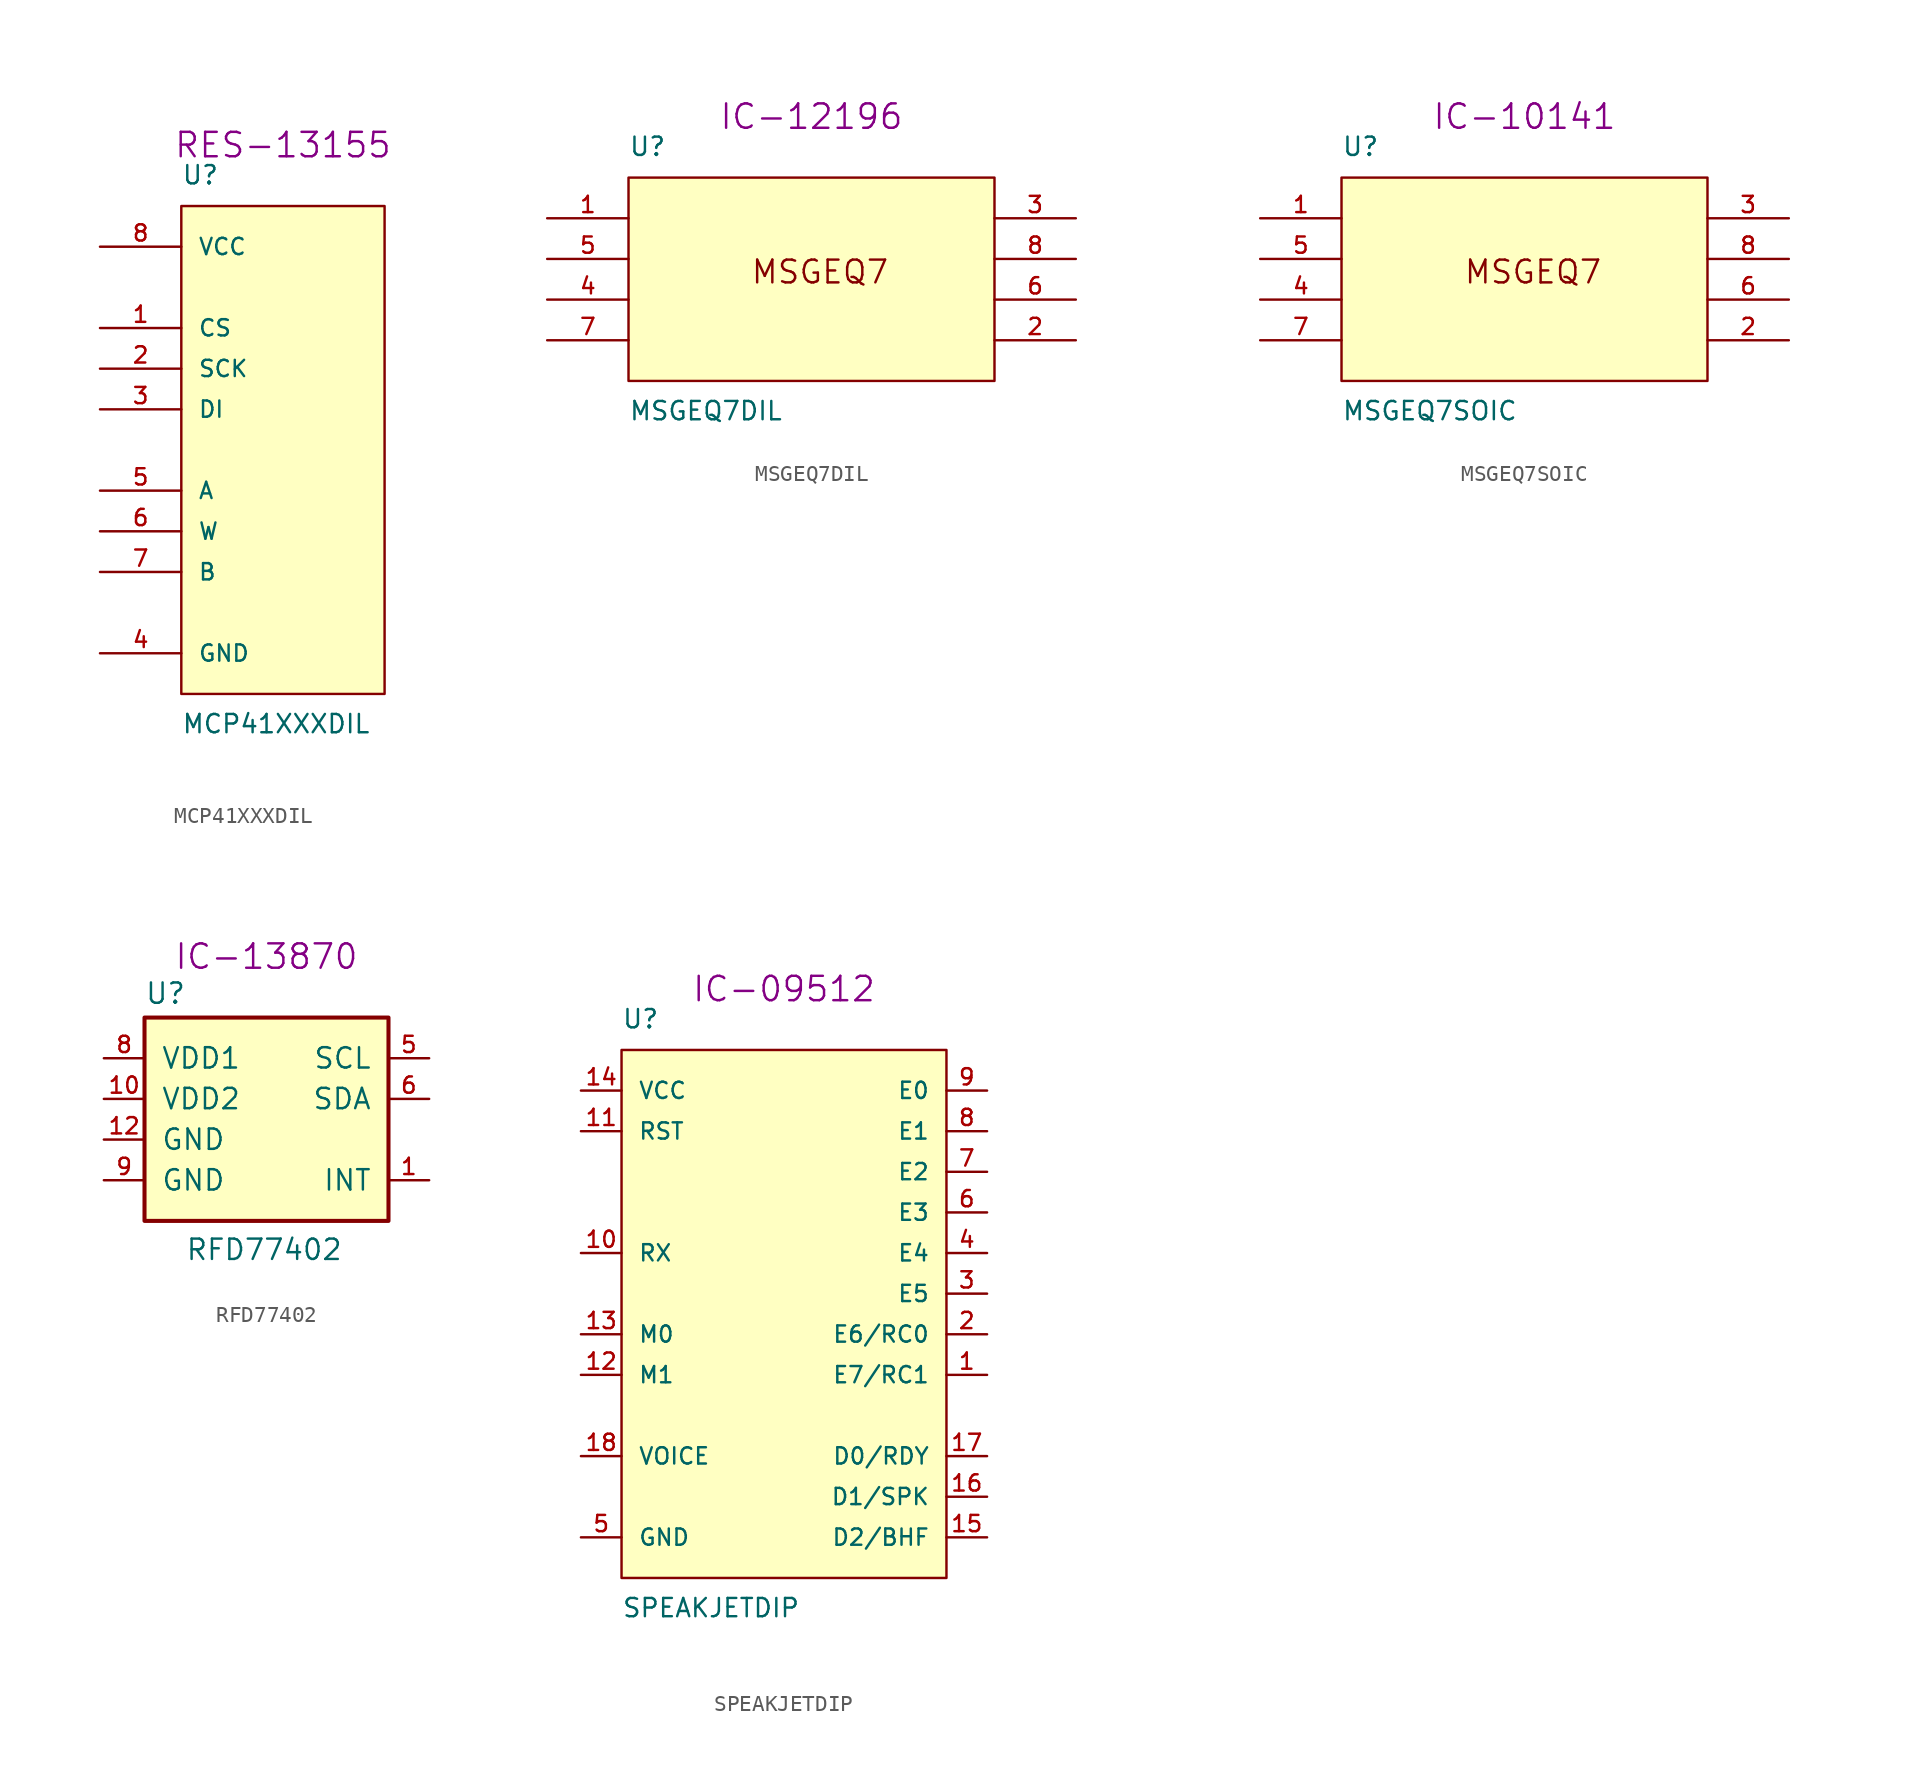
<source format=kicad_sym>
(kicad_symbol_lib
  (version 20201005)
  (generator kicad_symbol_editor)
  (symbol "MCP41XXXDIL"
    (pin_names
      (offset 1.016))
    (property "Reference" "U"
      (at -6.35 16.51 0)
      (effects (font (size 1.143 1.143)) (justify left bottom)))
    (property "Value" "MCP41XXXDIL"
      (at -6.35 -17.78 0)
      (effects (font (size 1.143 1.143)) (justify left bottom)))
    (property "Field4" "RES-13155"
      (at 0 19.05 0)
      (effects (font (size 1.524 1.524))))
    (property "ki_locked" ""
      (at 0 0 0)
      (effects (font (size 1.27 1.27))))
    (symbol "MCP41XXXDIL_1_1"
      (polyline (pts (xy -6.35 15.24) (xy -6.35 -15.24) (xy 6.35 -15.24) (xy 6.35 15.24) (xy -6.35 15.24)) (stroke (width 0)) (fill (type background)))
      (pin bidirectional line (at -11.43 7.62 0) (length 5.08) (name "CS" (effects (font (size 1.016 1.016)))) (number "1" (effects (font (size 1.016 1.016)))))
      (pin bidirectional line (at -11.43 5.08 0) (length 5.08) (name "SCK" (effects (font (size 1.016 1.016)))) (number "2" (effects (font (size 1.016 1.016)))))
      (pin bidirectional line (at -11.43 2.54 0) (length 5.08) (name "DI" (effects (font (size 1.016 1.016)))) (number "3" (effects (font (size 1.016 1.016)))))
      (pin bidirectional line (at -11.43 -12.7 0) (length 5.08) (name "GND" (effects (font (size 1.016 1.016)))) (number "4" (effects (font (size 1.016 1.016)))))
      (pin bidirectional line (at -11.43 -2.54 0) (length 5.08) (name "A" (effects (font (size 1.016 1.016)))) (number "5" (effects (font (size 1.016 1.016)))))
      (pin bidirectional line (at -11.43 -5.08 0) (length 5.08) (name "W" (effects (font (size 1.016 1.016)))) (number "6" (effects (font (size 1.016 1.016)))))
      (pin bidirectional line (at -11.43 -7.62 0) (length 5.08) (name "B" (effects (font (size 1.016 1.016)))) (number "7" (effects (font (size 1.016 1.016)))))
      (pin bidirectional line (at -11.43 12.7 0) (length 5.08) (name "VCC" (effects (font (size 1.016 1.016)))) (number "8" (effects (font (size 1.016 1.016)))))))
  (symbol "MSGEQ7DIL"
    (pin_names
      (offset 1.016) hide)
    (property "Reference" "U"
      (at -11.43 7.62 0)
      (effects (font (size 1.143 1.143)) (justify left bottom)))
    (property "Value" "MSGEQ7DIL"
      (at -11.43 -8.89 0)
      (effects (font (size 1.143 1.143)) (justify left bottom)))
    (property "Field4" "IC-12196"
      (at 0 10.16 0)
      (effects (font (size 1.524 1.524))))
    (property "ki_locked" ""
      (at 0 0 0)
      (effects (font (size 1.27 1.27))))
    (symbol "MSGEQ7DIL_1_0"
      (text "MSGEQ7" (at 0.533 0.457 0) (effects (font (size 1.422 1.422)))))
    (symbol "MSGEQ7DIL_1_1"
      (polyline (pts (xy -11.43 6.35) (xy 11.43 6.35) (xy 11.43 -6.35) (xy -11.43 -6.35) (xy -11.43 6.35)) (stroke (width 0)) (fill (type background)))
      (pin input line (at -16.51 3.81 0) (length 5.08) (name "VDD" (effects (font (size 1.016 1.016)))) (number "1" (effects (font (size 1.016 1.016)))))
      (pin bidirectional line (at 16.51 -3.81 180) (length 5.08) (name "GND" (effects (font (size 1.016 1.016)))) (number "2" (effects (font (size 1.016 1.016)))))
      (pin bidirectional line (at 16.51 3.81 180) (length 5.08) (name "DCOUT" (effects (font (size 1.016 1.016)))) (number "3" (effects (font (size 1.016 1.016)))))
      (pin input line (at -16.51 -1.27 0) (length 5.08) (name "STROBE" (effects (font (size 1.016 1.016)))) (number "4" (effects (font (size 1.016 1.016)))))
      (pin input line (at -16.51 1.27 0) (length 5.08) (name "AUDIO_IN" (effects (font (size 1.016 1.016)))) (number "5" (effects (font (size 1.016 1.016)))))
      (pin bidirectional line (at 16.51 -1.27 180) (length 5.08) (name "CG" (effects (font (size 1.016 1.016)))) (number "6" (effects (font (size 1.016 1.016)))))
      (pin input line (at -16.51 -3.81 0) (length 5.08) (name "RESET" (effects (font (size 1.016 1.016)))) (number "7" (effects (font (size 1.016 1.016)))))
      (pin bidirectional line (at 16.51 1.27 180) (length 5.08) (name "CKIN" (effects (font (size 1.016 1.016)))) (number "8" (effects (font (size 1.016 1.016)))))))
  (symbol "MSGEQ7SOIC"
    (pin_names
      (offset 1.016) hide)
    (property "Reference" "U"
      (at -11.43 7.62 0)
      (effects (font (size 1.143 1.143)) (justify left bottom)))
    (property "Value" "MSGEQ7SOIC"
      (at -11.43 -8.89 0)
      (effects (font (size 1.143 1.143)) (justify left bottom)))
    (property "Field4" "IC-10141"
      (at 0 10.16 0)
      (effects (font (size 1.524 1.524))))
    (property "ki_locked" ""
      (at 0 0 0)
      (effects (font (size 1.27 1.27))))
    (symbol "MSGEQ7SOIC_1_0"
      (text "MSGEQ7" (at 0.533 0.457 0) (effects (font (size 1.422 1.422)))))
    (symbol "MSGEQ7SOIC_1_1"
      (polyline (pts (xy -11.43 6.35) (xy 11.43 6.35) (xy 11.43 -6.35) (xy -11.43 -6.35) (xy -11.43 6.35)) (stroke (width 0)) (fill (type background)))
      (pin input line (at -16.51 3.81 0) (length 5.08) (name "VDD" (effects (font (size 1.016 1.016)))) (number "1" (effects (font (size 1.016 1.016)))))
      (pin bidirectional line (at 16.51 -3.81 180) (length 5.08) (name "GND" (effects (font (size 1.016 1.016)))) (number "2" (effects (font (size 1.016 1.016)))))
      (pin bidirectional line (at 16.51 3.81 180) (length 5.08) (name "DCOUT" (effects (font (size 1.016 1.016)))) (number "3" (effects (font (size 1.016 1.016)))))
      (pin input line (at -16.51 -1.27 0) (length 5.08) (name "STROBE" (effects (font (size 1.016 1.016)))) (number "4" (effects (font (size 1.016 1.016)))))
      (pin input line (at -16.51 1.27 0) (length 5.08) (name "AUDIO_IN" (effects (font (size 1.016 1.016)))) (number "5" (effects (font (size 1.016 1.016)))))
      (pin bidirectional line (at 16.51 -1.27 180) (length 5.08) (name "CG" (effects (font (size 1.016 1.016)))) (number "6" (effects (font (size 1.016 1.016)))))
      (pin input line (at -16.51 -3.81 0) (length 5.08) (name "RESET" (effects (font (size 1.016 1.016)))) (number "7" (effects (font (size 1.016 1.016)))))
      (pin bidirectional line (at 16.51 1.27 180) (length 5.08) (name "CKIN" (effects (font (size 1.016 1.016)))) (number "8" (effects (font (size 1.016 1.016)))))))
  (symbol "RFD77402"
    (pin_names
      (offset 1.016))
    (property "Reference" "U"
      (at -7.62 7.112 0)
      (effects (font (size 1.27 1.27)) (justify left bottom)))
    (property "Value" "RFD77402"
      (at -5.08 -8.89 0)
      (effects (font (size 1.27 1.27)) (justify left bottom)))
    (property "Field4" "IC-13870"
      (at 0 10.16 0)
      (effects (font (size 1.524 1.524))))
    (symbol "RFD77402_1_0"
      (rectangle (start -7.62 6.35) (end 7.62 -6.35) (stroke (width 0.254)) (fill (type background))))
    (symbol "RFD77402_1_1"
      (pin bidirectional line (at 10.16 -3.81 180) (length 2.54) (name "INT" (effects (font (size 1.27 1.27)))) (number "1" (effects (font (size 1.016 1.016)))))
      (pin bidirectional line (at 10.16 3.81 180) (length 2.54) (name "SCL" (effects (font (size 1.27 1.27)))) (number "5" (effects (font (size 1.016 1.016)))))
      (pin bidirectional line (at 10.16 1.27 180) (length 2.54) (name "SDA" (effects (font (size 1.27 1.27)))) (number "6" (effects (font (size 1.016 1.016)))))
      (pin bidirectional line (at -10.16 3.81 0) (length 2.54) (name "VDD1" (effects (font (size 1.27 1.27)))) (number "8" (effects (font (size 1.016 1.016)))))
      (pin bidirectional line (at -10.16 -3.81 0) (length 2.54) (name "GND" (effects (font (size 1.27 1.27)))) (number "9" (effects (font (size 1.016 1.016)))))
      (pin input line (at -10.16 1.27 0) (length 2.54) (name "VDD2" (effects (font (size 1.27 1.27)))) (number "10" (effects (font (size 1.016 1.016)))))
      (pin bidirectional line (at -10.16 -1.27 0) (length 2.54) (name "GND" (effects (font (size 1.27 1.27)))) (number "12" (effects (font (size 1.016 1.016)))))))
  (symbol "SPEAKJETDIP"
    (pin_names
      (offset 1.016))
    (property "Reference" "U"
      (at -10.16 16.51 0)
      (effects (font (size 1.143 1.143)) (justify left bottom)))
    (property "Value" "SPEAKJETDIP"
      (at -10.16 -20.32 0)
      (effects (font (size 1.143 1.143)) (justify left bottom)))
    (property "Field4" "IC-09512"
      (at 0 19.05 0)
      (effects (font (size 1.524 1.524))))
    (property "ki_locked" ""
      (at 0 0 0)
      (effects (font (size 1.27 1.27))))
    (symbol "SPEAKJETDIP_1_1"
      (polyline (pts (xy -10.16 -17.78) (xy 10.16 -17.78) (xy 10.16 15.24) (xy -10.16 15.24) (xy -10.16 -17.78)) (stroke (width 0)) (fill (type background)))
      (pin bidirectional line (at 12.7 -5.08 180) (length 2.54) (name "E7/RC1" (effects (font (size 1.016 1.016)))) (number "1" (effects (font (size 1.016 1.016)))))
      (pin bidirectional line (at 12.7 -2.54 180) (length 2.54) (name "E6/RC0" (effects (font (size 1.016 1.016)))) (number "2" (effects (font (size 1.016 1.016)))))
      (pin bidirectional line (at 12.7 0 180) (length 2.54) (name "E5" (effects (font (size 1.016 1.016)))) (number "3" (effects (font (size 1.016 1.016)))))
      (pin bidirectional line (at 12.7 2.54 180) (length 2.54) (name "E4" (effects (font (size 1.016 1.016)))) (number "4" (effects (font (size 1.016 1.016)))))
      (pin bidirectional line (at -12.7 -15.24 0) (length 2.54) (name "GND" (effects (font (size 1.016 1.016)))) (number "5" (effects (font (size 1.016 1.016)))))
      (pin bidirectional line (at 12.7 5.08 180) (length 2.54) (name "E3" (effects (font (size 1.016 1.016)))) (number "6" (effects (font (size 1.016 1.016)))))
      (pin bidirectional line (at 12.7 7.62 180) (length 2.54) (name "E2" (effects (font (size 1.016 1.016)))) (number "7" (effects (font (size 1.016 1.016)))))
      (pin bidirectional line (at 12.7 10.16 180) (length 2.54) (name "E1" (effects (font (size 1.016 1.016)))) (number "8" (effects (font (size 1.016 1.016)))))
      (pin bidirectional line (at 12.7 12.7 180) (length 2.54) (name "E0" (effects (font (size 1.016 1.016)))) (number "9" (effects (font (size 1.016 1.016)))))
      (pin bidirectional line (at -12.7 2.54 0) (length 2.54) (name "RX" (effects (font (size 1.016 1.016)))) (number "10" (effects (font (size 1.016 1.016)))))
      (pin bidirectional line (at -12.7 10.16 0) (length 2.54) (name "RST" (effects (font (size 1.016 1.016)))) (number "11" (effects (font (size 1.016 1.016)))))
      (pin bidirectional line (at -12.7 -5.08 0) (length 2.54) (name "M1" (effects (font (size 1.016 1.016)))) (number "12" (effects (font (size 1.016 1.016)))))
      (pin bidirectional line (at -12.7 -2.54 0) (length 2.54) (name "M0" (effects (font (size 1.016 1.016)))) (number "13" (effects (font (size 1.016 1.016)))))
      (pin bidirectional line (at -12.7 12.7 0) (length 2.54) (name "VCC" (effects (font (size 1.016 1.016)))) (number "14" (effects (font (size 1.016 1.016)))))
      (pin bidirectional line (at 12.7 -15.24 180) (length 2.54) (name "D2/BHF" (effects (font (size 1.016 1.016)))) (number "15" (effects (font (size 1.016 1.016)))))
      (pin bidirectional line (at 12.7 -12.7 180) (length 2.54) (name "D1/SPK" (effects (font (size 1.016 1.016)))) (number "16" (effects (font (size 1.016 1.016)))))
      (pin bidirectional line (at 12.7 -10.16 180) (length 2.54) (name "D0/RDY" (effects (font (size 1.016 1.016)))) (number "17" (effects (font (size 1.016 1.016)))))
      (pin bidirectional line (at -12.7 -10.16 0) (length 2.54) (name "VOICE" (effects (font (size 1.016 1.016)))) (number "18" (effects (font (size 1.016 1.016))))))))
</source>
